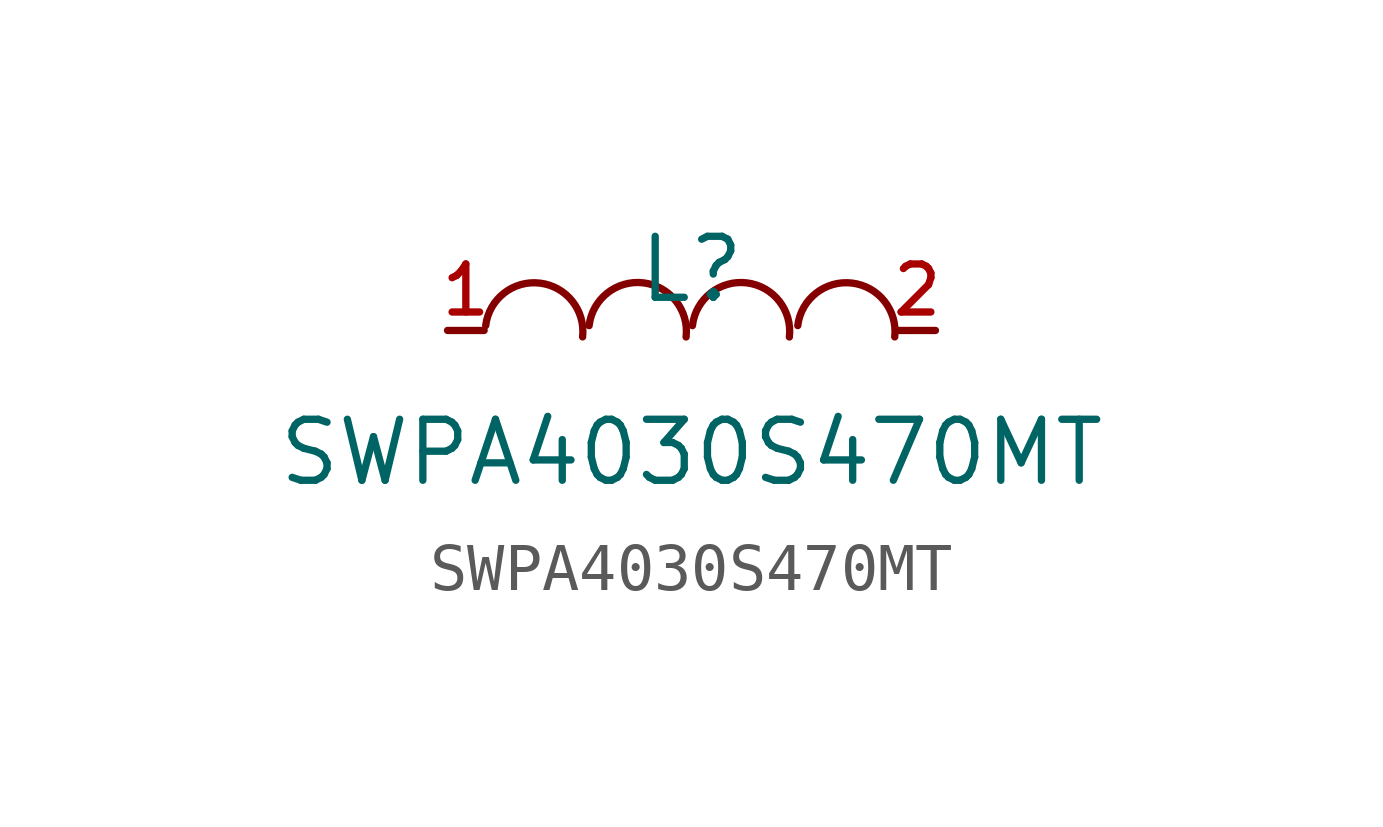
<source format=kicad_sym>
(kicad_symbol_lib
  (version 20210201)
  (generator TousstNicolas/JLC2KiCad_lib)
  (symbol "SWPA4030S470MT"
    (pin_names hide)
    (property "Reference" "L"
      (at 0 1.27 0)
      (effects (font (size 1.27 1.27))))
    (property "Value" "SWPA4030S470MT"
      (at 0 -2.54 0)
      (effects (font (size 1.27 1.27))))
    (symbol "SWPA4030S470MT_0_1"
      (pin unspecified line (at 5.08 -0.0 180) (length 0.762) (name "2" (effects (font (size 1 1)))) (number "2" (effects (font (size 1 1)))))
      (pin unspecified line (at -5.08 -0.0 0) (length 0.762) (name "1" (effects (font (size 1 1)))) (number "1" (effects (font (size 1 1)))))
      (arc (start -2.2674329295749627 -0.1341053884638828) (mid -3.159011207982224 0.9926636483439573) (end -4.285780231504512 0.10108535314652943) (stroke (width 0) (type default) (color 0 0 0 0)) (fill (type none)))
      (arc (start -0.11354180781656804 -0.13565983668102555) (mid -1.0048024524285457 0.9913604595340889) (end -2.131822737142134 0.10009980037815772) (stroke (width 0) (type default) (color 0 0 0 0)) (fill (type none)))
      (arc (start 2.0378424949520375 -0.13565983668102555) (mid 1.1465818503400598 0.9913604595340889) (end 0.019561565626471496 0.10009980037815772) (stroke (width 0) (type default) (color 0 0 0 0)) (fill (type none)))
      (arc (start 4.231170015864318 -0.13410572965492382) (mid 3.3395921275494644 0.9926636202288113) (end 2.2128227952408546 0.10108570970264838) (stroke (width 0) (type default) (color 0 0 0 0)) (fill (type none))))))
</source>
